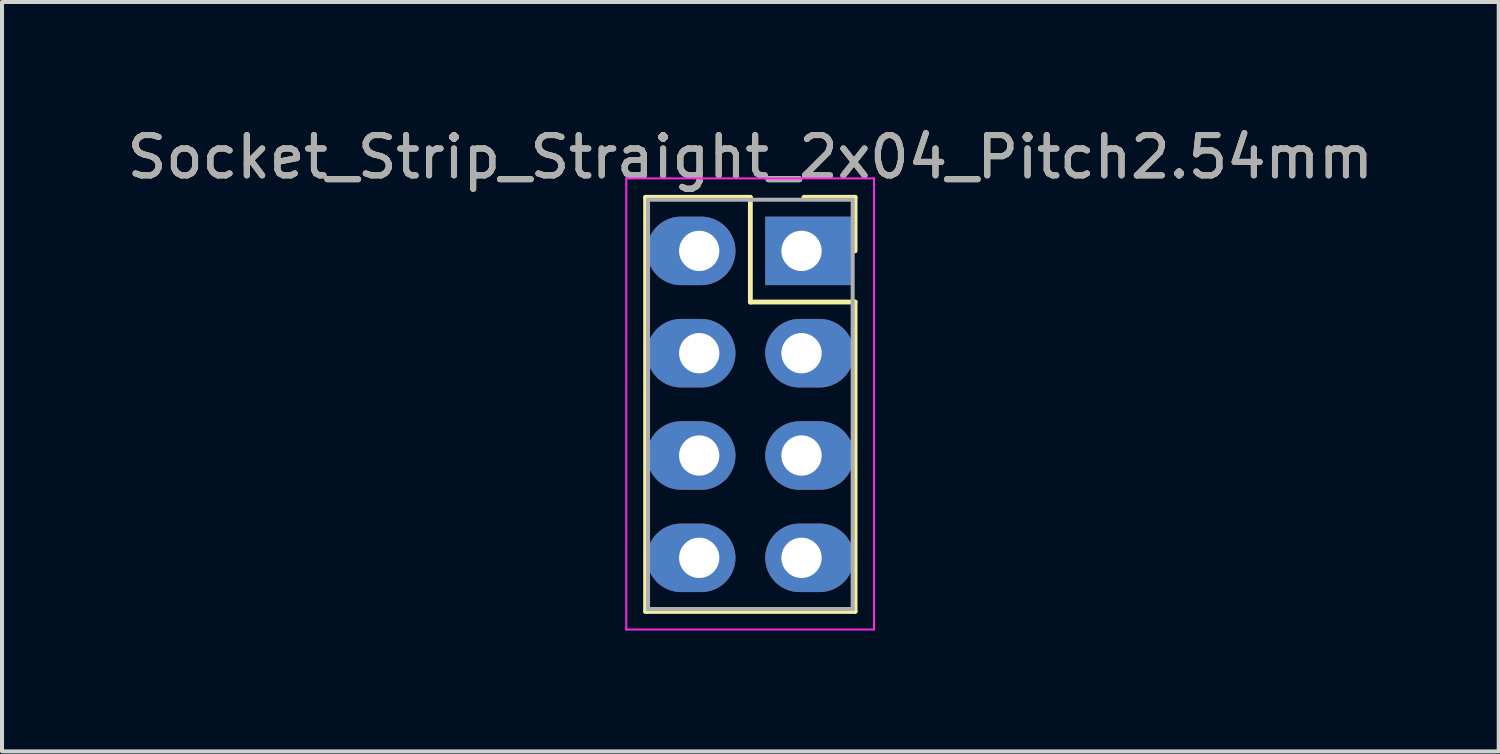
<source format=kicad_pcb>
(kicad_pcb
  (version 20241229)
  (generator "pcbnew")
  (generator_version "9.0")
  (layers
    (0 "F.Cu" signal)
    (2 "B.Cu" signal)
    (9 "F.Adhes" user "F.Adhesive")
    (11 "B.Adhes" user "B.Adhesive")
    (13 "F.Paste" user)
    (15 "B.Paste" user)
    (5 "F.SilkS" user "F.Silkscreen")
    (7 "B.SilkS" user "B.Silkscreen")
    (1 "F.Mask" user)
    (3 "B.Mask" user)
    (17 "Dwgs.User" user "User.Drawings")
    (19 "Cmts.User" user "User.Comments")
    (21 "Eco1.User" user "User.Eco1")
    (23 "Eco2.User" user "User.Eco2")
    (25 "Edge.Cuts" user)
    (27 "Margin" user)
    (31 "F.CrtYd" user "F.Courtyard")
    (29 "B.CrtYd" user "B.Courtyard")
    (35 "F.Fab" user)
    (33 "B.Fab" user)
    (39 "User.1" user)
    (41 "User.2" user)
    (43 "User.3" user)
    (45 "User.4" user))
  (footprint "Socket_Strip_Straight_2x04_Pitch2.54mm"
    (layer "F.Cu")
    (at 16.847 3.178)
    (property "Reference" "Socket_Strip_Straight_2x04_Pitch2.54mm" (at -1.27 -2.33 0) (layer "F.SilkS") (effects (font (size 1 1) (thickness 0.15))))
    (attr through_hole)
    (fp_line (start -3.87 -1.33) (end -1.27 -1.33) (stroke (width 0.12) (type solid)) (layer "F.SilkS"))
    (fp_line (start -3.87 8.95) (end -3.87 -1.33) (stroke (width 0.12) (type solid)) (layer "F.SilkS"))
    (fp_line (start -1.27 -1.33) (end -1.27 1.27) (stroke (width 0.12) (type solid)) (layer "F.SilkS"))
    (fp_line (start -1.27 1.27) (end 1.33 1.27) (stroke (width 0.12) (type solid)) (layer "F.SilkS"))
    (fp_line (start 1.33 -1.33) (end 0.06 -1.33) (stroke (width 0.12) (type solid)) (layer "F.SilkS"))
    (fp_line (start 1.33 0) (end 1.33 -1.33) (stroke (width 0.12) (type solid)) (layer "F.SilkS"))
    (fp_line (start 1.33 1.27) (end 1.33 8.95) (stroke (width 0.12) (type solid)) (layer "F.SilkS"))
    (fp_line (start 1.33 8.95) (end -3.87 8.95) (stroke (width 0.12) (type solid)) (layer "F.SilkS"))
    (fp_line (start -4.35 -1.8) (end -4.35 9.4) (stroke (width 0.05) (type solid)) (layer "F.CrtYd"))
    (fp_line (start -4.35 9.4) (end 1.8 9.4) (stroke (width 0.05) (type solid)) (layer "F.CrtYd"))
    (fp_line (start 1.8 -1.8) (end -4.35 -1.8) (stroke (width 0.05) (type solid)) (layer "F.CrtYd"))
    (fp_line (start 1.8 9.4) (end 1.8 -1.8) (stroke (width 0.05) (type solid)) (layer "F.CrtYd"))
    (fp_line (start -3.81 -1.27) (end -3.81 8.89) (stroke (width 0.1) (type solid)) (layer "F.Fab"))
    (fp_line (start -3.81 8.89) (end 1.27 8.89) (stroke (width 0.1) (type solid)) (layer "F.Fab"))
    (fp_line (start 1.27 -1.27) (end -3.81 -1.27) (stroke (width 0.1) (type solid)) (layer "F.Fab"))
    (fp_line (start 1.27 8.89) (end 1.27 -1.27) (stroke (width 0.1) (type solid)) (layer "F.Fab"))
    (fp_text user "${REFERENCE}" (at -1.27 -2.33 0) (layer "F.Fab") (effects (font (size 1 1) (thickness 0.15))))
    (pad "1" thru_hole rect (at 0 0) (size 2.2 1.7) (drill 1 (offset 0.2 0)) (layers "*.Cu" "*.Mask"))
    (pad "2" thru_hole oval (at -2.54 0) (size 2.2 1.7) (drill 1 (offset -0.2 0)) (layers "*.Cu" "*.Mask"))
    (pad "3" thru_hole oval (at 0 2.54) (size 2.2 1.7) (drill 1 (offset 0.2 0)) (layers "*.Cu" "*.Mask"))
    (pad "4" thru_hole oval (at -2.54 2.54) (size 2.2 1.7) (drill 1 (offset -0.2 0)) (layers "*.Cu" "*.Mask"))
    (pad "5" thru_hole oval (at 0 5.08) (size 2.2 1.7) (drill 1 (offset 0.2 0)) (layers "*.Cu" "*.Mask"))
    (pad "6" thru_hole oval (at -2.54 5.08) (size 2.2 1.7) (drill 1 (offset -0.2 0)) (layers "*.Cu" "*.Mask"))
    (pad "7" thru_hole oval (at 0 7.62) (size 2.2 1.7) (drill 1 (offset 0.2 0)) (layers "*.Cu" "*.Mask"))
    (pad "8" thru_hole oval (at -2.54 7.62) (size 2.2 1.7) (drill 1 (offset -0.2 0)) (layers "*.Cu" "*.Mask")))
  (gr_rect
    (start -3 -3)
    (end 34.155 15.603)
    (stroke (width 0.1) (type default))
    (fill no)
    (layer "Edge.Cuts")))
</source>
